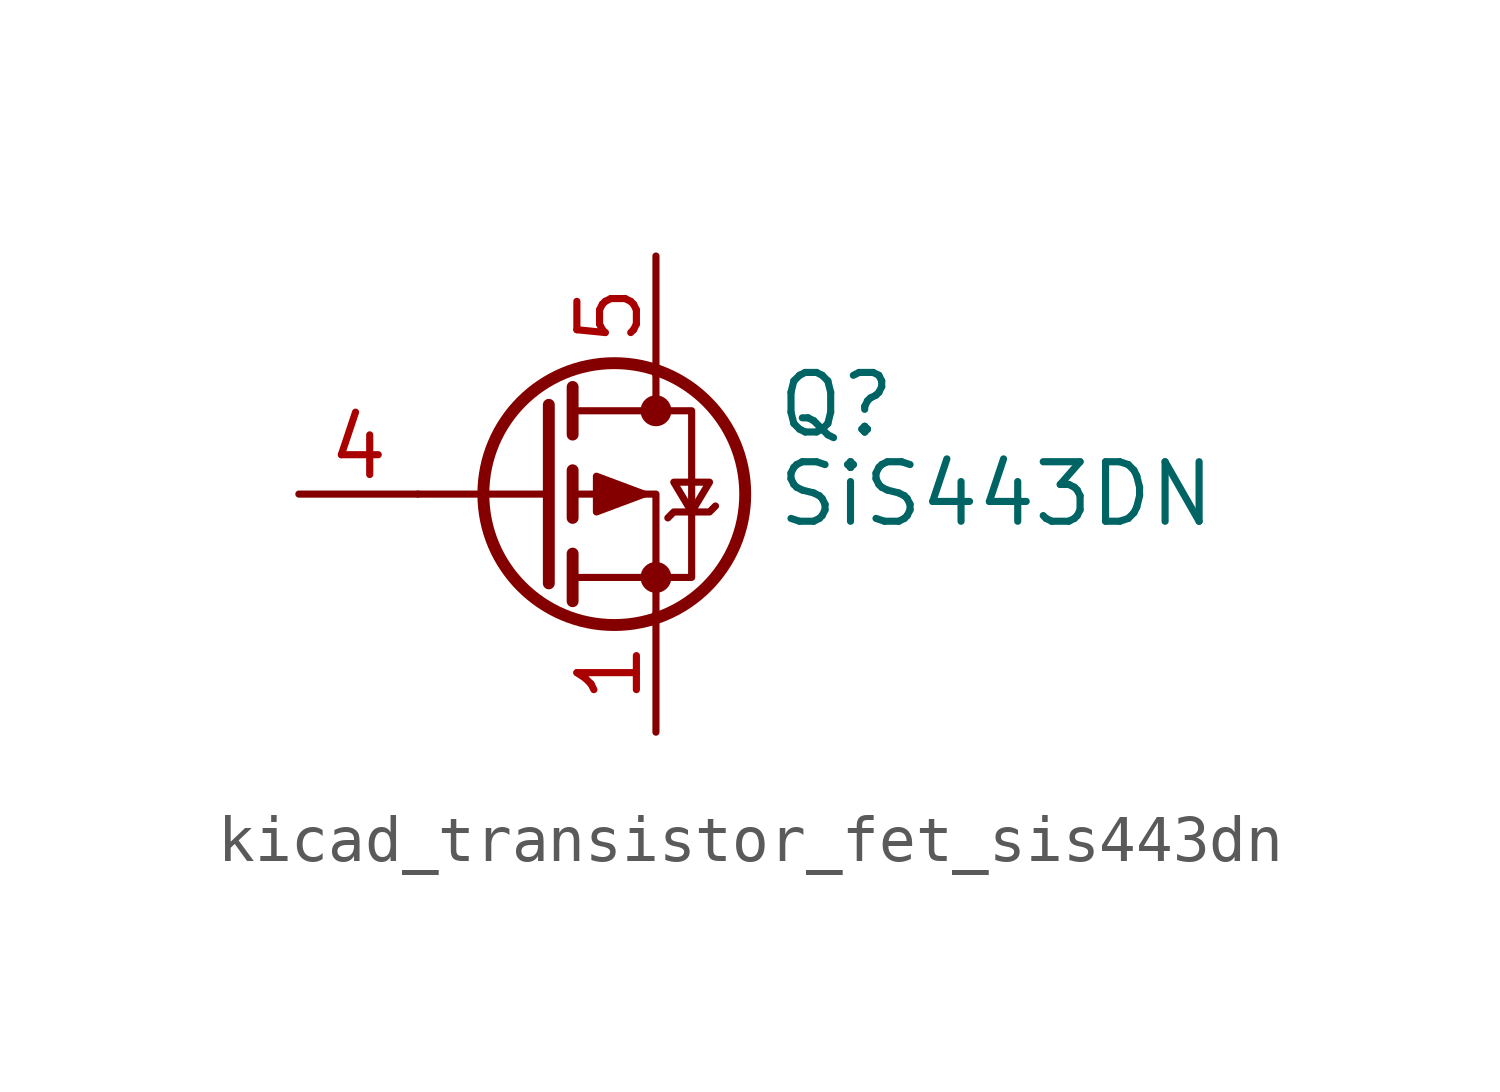
<source format=kicad_sym>
(kicad_symbol_lib
  (version 20220914)
  (generator kicad_symbol_editor)
  (symbol "kicad_transistor_fet_sis443dn"
    (pin_names hide)
    (property "Reference" "Q"
      (at 5.08 1.905 0)
      (effects (font (size 1.27 1.27)) (justify left)))
    (property "Value" "SiS443DN"
      (at 5.08 0 0)
      (effects (font (size 1.27 1.27)) (justify left)))
    (symbol "kicad_transistor_fet_sis443dn_0_1"
      (polyline (pts (xy 0.254 0) (xy -2.54 0)) (stroke (width 0) (type default)) (fill (type none)))
      (polyline (pts (xy 0.254 1.905) (xy 0.254 -1.905)) (stroke (width 0.254) (type default)) (fill (type none)))
      (polyline (pts (xy 0.762 -1.27) (xy 0.762 -2.286)) (stroke (width 0.254) (type default)) (fill (type none)))
      (polyline (pts (xy 0.762 0.508) (xy 0.762 -0.508)) (stroke (width 0.254) (type default)) (fill (type none)))
      (polyline (pts (xy 0.762 2.286) (xy 0.762 1.27)) (stroke (width 0.254) (type default)) (fill (type none)))
      (polyline (pts (xy 2.54 2.54) (xy 2.54 1.778)) (stroke (width 0) (type default)) (fill (type none)))
      (polyline (pts (xy 2.54 -2.54) (xy 2.54 0) (xy 0.762 0)) (stroke (width 0) (type default)) (fill (type none)))
      (polyline (pts (xy 0.762 1.778) (xy 3.302 1.778) (xy 3.302 -1.778) (xy 0.762 -1.778)) (stroke (width 0) (type default)) (fill (type none)))
      (polyline (pts (xy 2.286 0) (xy 1.27 0.381) (xy 1.27 -0.381) (xy 2.286 0)) (stroke (width 0) (type default)) (fill (type outline)))
      (polyline (pts (xy 2.794 -0.508) (xy 2.921 -0.381) (xy 3.683 -0.381) (xy 3.81 -0.254)) (stroke (width 0) (type default)) (fill (type none)))
      (polyline (pts (xy 3.302 -0.381) (xy 2.921 0.254) (xy 3.683 0.254) (xy 3.302 -0.381)) (stroke (width 0) (type default)) (fill (type none)))
      (circle (center 1.651 0) (radius 2.794) (stroke (width 0.254) (type default)) (fill (type none)))
      (circle (center 2.54 -1.778) (radius 0.254) (stroke (width 0) (type default)) (fill (type outline)))
      (circle (center 2.54 1.778) (radius 0.254) (stroke (width 0) (type default)) (fill (type outline))))
    (symbol "kicad_transistor_fet_sis443dn_1_1"
      (pin passive line (at 2.54 -5.08 90) (length 2.54) (name "S" (effects (font (size 1.27 1.27)))) (number "1" (effects (font (size 1.27 1.27)))))
      (pin passive line (at 2.54 -5.08 90) (length 2.54) hide (name "S" (effects (font (size 1.27 1.27)))) (number "2" (effects (font (size 1.27 1.27)))))
      (pin passive line (at 2.54 -5.08 90) (length 2.54) hide (name "S" (effects (font (size 1.27 1.27)))) (number "3" (effects (font (size 1.27 1.27)))))
      (pin passive line (at -5.08 0 0) (length 2.54) (name "G" (effects (font (size 1.27 1.27)))) (number "4" (effects (font (size 1.27 1.27)))))
      (pin passive line (at 2.54 5.08 270) (length 2.54) (name "D" (effects (font (size 1.27 1.27)))) (number "5" (effects (font (size 1.27 1.27))))))))
</source>
